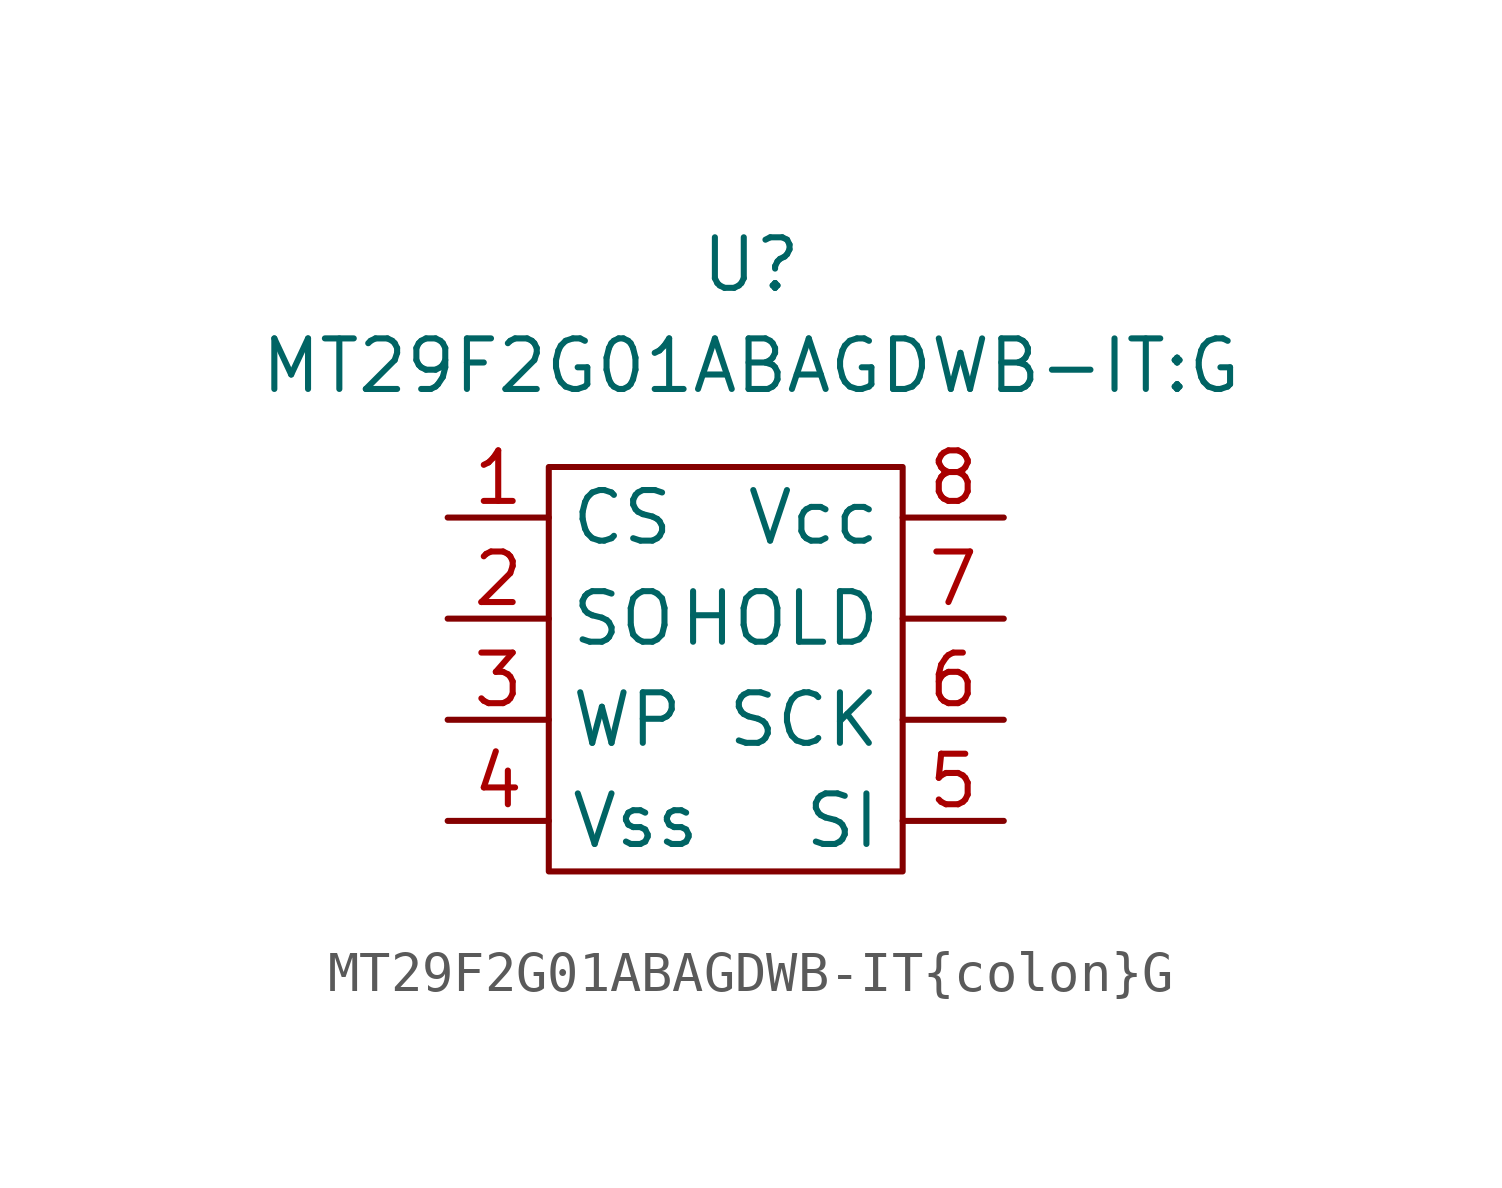
<source format=kicad_sym>
(kicad_symbol_lib
  (version 20211014)
  (generator kicad_symbol_editor)
  (symbol "MT29F2G01ABAGDWB-IT{colon}G"
    (property "Reference" "U"
      (at 0 6.35 0)
      (effects (font (size 1.27 1.27))))
    (property "Value" "MT29F2G01ABAGDWB-IT{colon}G"
      (at 0 3.81 0)
      (effects (font (size 1.27 1.27))))
    (symbol "MT29F2G01ABAGDWB-IT{colon}G_0_1"
      (rectangle (start -5.08 1.27) (end 3.81 -8.89) (stroke (width 0.152) (type default) (color 0 0 0 0)) (fill (type none))))
    (symbol "MT29F2G01ABAGDWB-IT{colon}G_1_1"
      (pin input line (at -7.62 0 0) (length 2.54) (name "CS" (effects (font (size 1.27 1.27)))) (number "1" (effects (font (size 1.27 1.27)))))
      (pin input line (at -7.62 -2.54 0) (length 2.54) (name "SO" (effects (font (size 1.27 1.27)))) (number "2" (effects (font (size 1.27 1.27)))))
      (pin input line (at -7.62 -5.08 0) (length 2.54) (name "WP" (effects (font (size 1.27 1.27)))) (number "3" (effects (font (size 1.27 1.27)))))
      (pin input line (at -7.62 -7.62 0) (length 2.54) (name "Vss" (effects (font (size 1.27 1.27)))) (number "4" (effects (font (size 1.27 1.27)))))
      (pin input line (at 6.35 -7.62 180) (length 2.54) (name "SI" (effects (font (size 1.27 1.27)))) (number "5" (effects (font (size 1.27 1.27)))))
      (pin input line (at 6.35 -5.08 180) (length 2.54) (name "SCK" (effects (font (size 1.27 1.27)))) (number "6" (effects (font (size 1.27 1.27)))))
      (pin input line (at 6.35 -2.54 180) (length 2.54) (name "HOLD" (effects (font (size 1.27 1.27)))) (number "7" (effects (font (size 1.27 1.27)))))
      (pin input line (at 6.35 0 180) (length 2.54) (name "Vcc" (effects (font (size 1.27 1.27)))) (number "8" (effects (font (size 1.27 1.27))))))))
</source>
